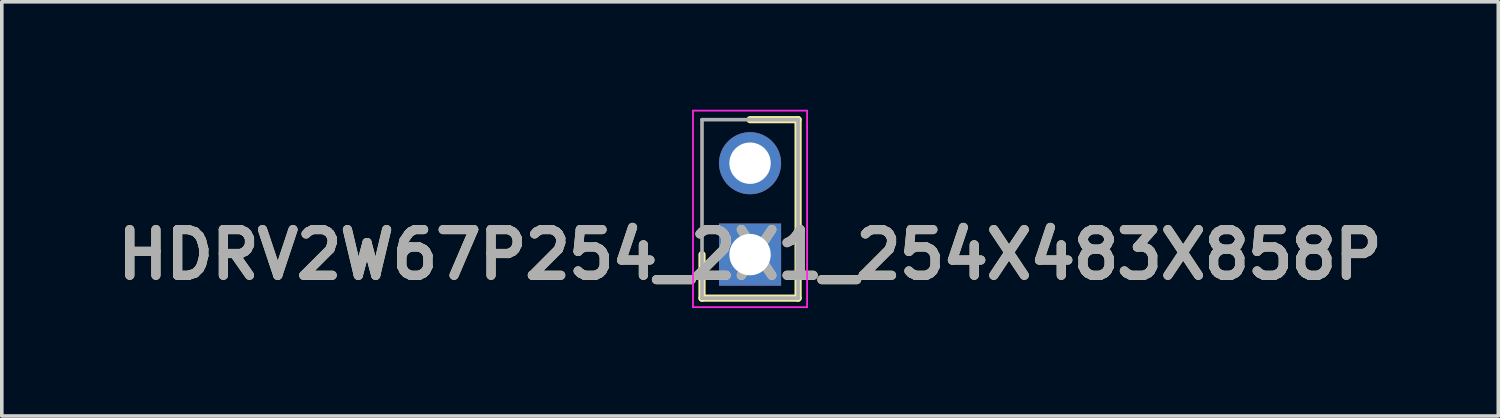
<source format=kicad_pcb>
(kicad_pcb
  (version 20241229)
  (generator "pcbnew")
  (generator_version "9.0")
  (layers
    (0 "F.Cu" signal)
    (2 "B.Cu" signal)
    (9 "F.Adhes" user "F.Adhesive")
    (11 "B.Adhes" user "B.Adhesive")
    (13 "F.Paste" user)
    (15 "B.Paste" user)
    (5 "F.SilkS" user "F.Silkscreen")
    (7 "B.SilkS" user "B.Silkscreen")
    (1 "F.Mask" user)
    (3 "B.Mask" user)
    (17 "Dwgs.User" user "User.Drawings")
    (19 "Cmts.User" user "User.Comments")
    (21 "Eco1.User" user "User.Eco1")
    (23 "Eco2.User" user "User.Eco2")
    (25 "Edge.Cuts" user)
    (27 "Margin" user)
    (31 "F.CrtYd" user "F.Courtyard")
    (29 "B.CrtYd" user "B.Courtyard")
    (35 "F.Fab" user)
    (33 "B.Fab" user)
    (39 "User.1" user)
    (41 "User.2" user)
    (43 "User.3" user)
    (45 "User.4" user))
  (footprint "HDRV2W67P254_2X1_254X483X858P"
    (layer "F.Cu")
    (at 17.792 4.025)
    (property "Reference" "HDRV2W67P254_2X1_254X483X858P" (at 0 0 0) (layer "F.SilkS") (effects (font (size 1.27 1.27) (thickness 0.254))))
    (attr through_hole)
    (fp_line (start -1.335 0) (end -1.335 1.21) (stroke (width 0.2) (type solid)) (layer "F.SilkS"))
    (fp_line (start -1.335 1.21) (end 1.335 1.21) (stroke (width 0.2) (type solid)) (layer "F.SilkS"))
    (fp_line (start 1.335 -3.75) (end 0 -3.75) (stroke (width 0.2) (type solid)) (layer "F.SilkS"))
    (fp_line (start 1.335 1.21) (end 1.335 -3.75) (stroke (width 0.2) (type solid)) (layer "F.SilkS"))
    (fp_line (start -1.585 -4) (end 1.585 -4) (stroke (width 0.05) (type solid)) (layer "F.CrtYd"))
    (fp_line (start -1.585 1.46) (end -1.585 -4) (stroke (width 0.05) (type solid)) (layer "F.CrtYd"))
    (fp_line (start 1.585 -4) (end 1.585 1.46) (stroke (width 0.05) (type solid)) (layer "F.CrtYd"))
    (fp_line (start 1.585 1.46) (end -1.585 1.46) (stroke (width 0.05) (type solid)) (layer "F.CrtYd"))
    (fp_line (start -1.335 -3.75) (end 1.335 -3.75) (stroke (width 0.1) (type solid)) (layer "F.Fab"))
    (fp_line (start -1.335 1.21) (end -1.335 -3.75) (stroke (width 0.1) (type solid)) (layer "F.Fab"))
    (fp_line (start 1.335 -3.75) (end 1.335 1.21) (stroke (width 0.1) (type solid)) (layer "F.Fab"))
    (fp_line (start 1.335 1.21) (end -1.335 1.21) (stroke (width 0.1) (type solid)) (layer "F.Fab"))
    (fp_text user "${REFERENCE}" (at 0 0 0) (layer "F.Fab") (effects (font (size 1.27 1.27) (thickness 0.254))))
    (pad "1" thru_hole rect (at 0 0) (size 1.725 1.725) (drill 1.15) (layers "*.Cu" "*.Mask"))
    (pad "2" thru_hole circle (at 0 -2.54) (size 1.725 1.725) (drill 1.15) (layers "*.Cu" "*.Mask")))
  (gr_rect
    (start -3 -3)
    (end 38.584 8.51)
    (stroke (width 0.1) (type default))
    (fill no)
    (layer "Edge.Cuts")))
</source>
